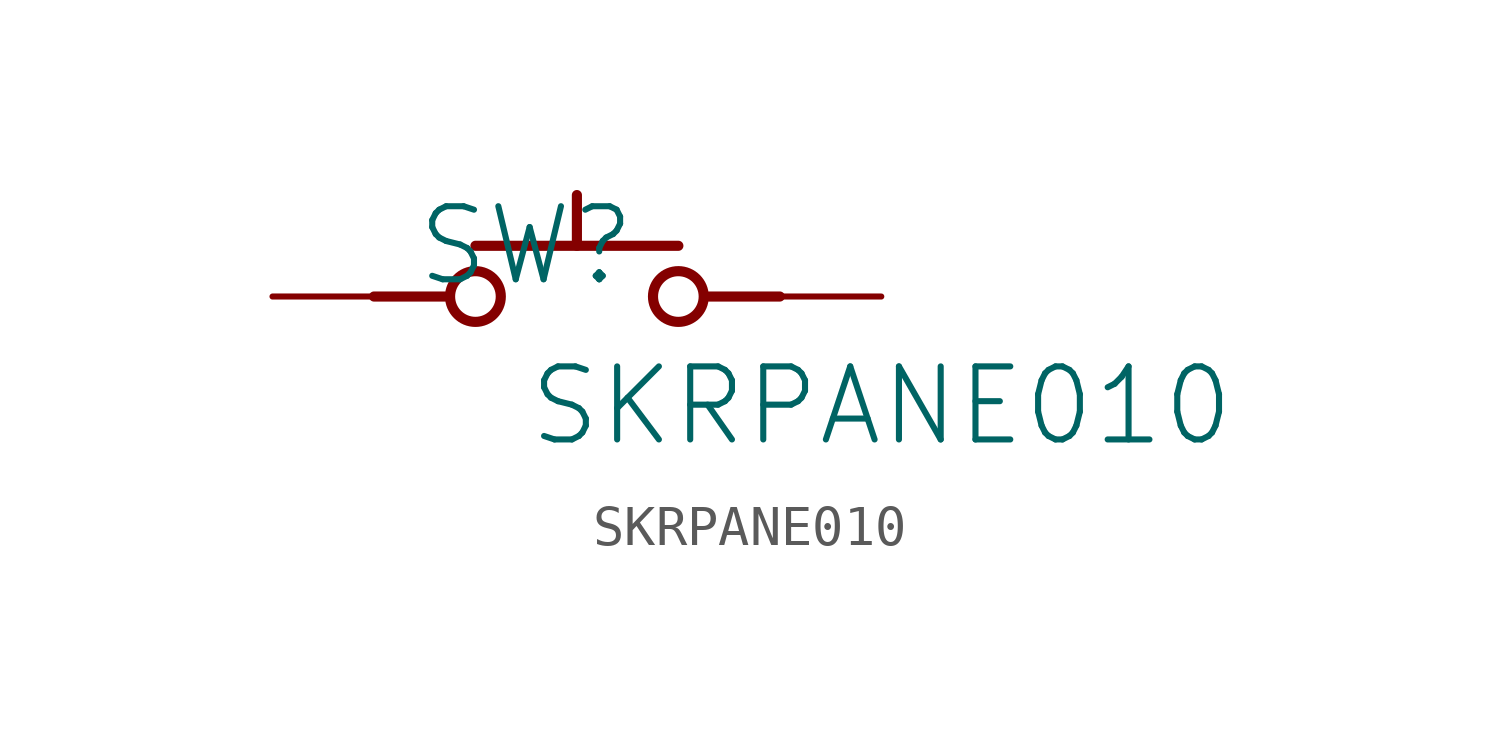
<source format=kicad_sym>
(kicad_symbol_lib
  (version 20231120)
  (generator "kicad_symbol_editor")
  (generator_version "8.0")
  (symbol "SKRPANE010"
    (property "Reference" "SW"
      (at -1.27 1.27 0)
      (effects (font (size 1.829 1.829))))
    (property "Value" "SKRPANE010"
      (at -1.27 -3.81 0)
      (effects (font (size 1.829 1.829)) (justify left bottom)))
    (symbol "SKRPANE010_1_0"
      (circle (center -2.54 0) (radius 0.635) (stroke (width 0.254) (type solid)) (fill (type none)))
      (polyline (pts (xy -5.08 0) (xy -3.302 0)) (stroke (width 0.254) (type solid)) (fill (type none)))
      (polyline (pts (xy -2.54 1.27) (xy 2.54 1.27)) (stroke (width 0.254) (type solid)) (fill (type none)))
      (polyline (pts (xy 0 2.54) (xy 0 1.27)) (stroke (width 0.254) (type solid)) (fill (type none)))
      (polyline (pts (xy 3.302 0) (xy 5.08 0)) (stroke (width 0.254) (type solid)) (fill (type none)))
      (circle (center 2.54 0) (radius 0.635) (stroke (width 0.254) (type solid)) (fill (type none)))
      (pin passive line (at -7.62 0 0) (length 2.54) (name "" (effects (font (size 1.27 1.27)))) (number "12" (effects (font (size 0 0)))))
      (pin passive line (at 7.62 0 180) (length 2.54) (name "" (effects (font (size 1.27 1.27)))) (number "34" (effects (font (size 0 0))))))))
</source>
